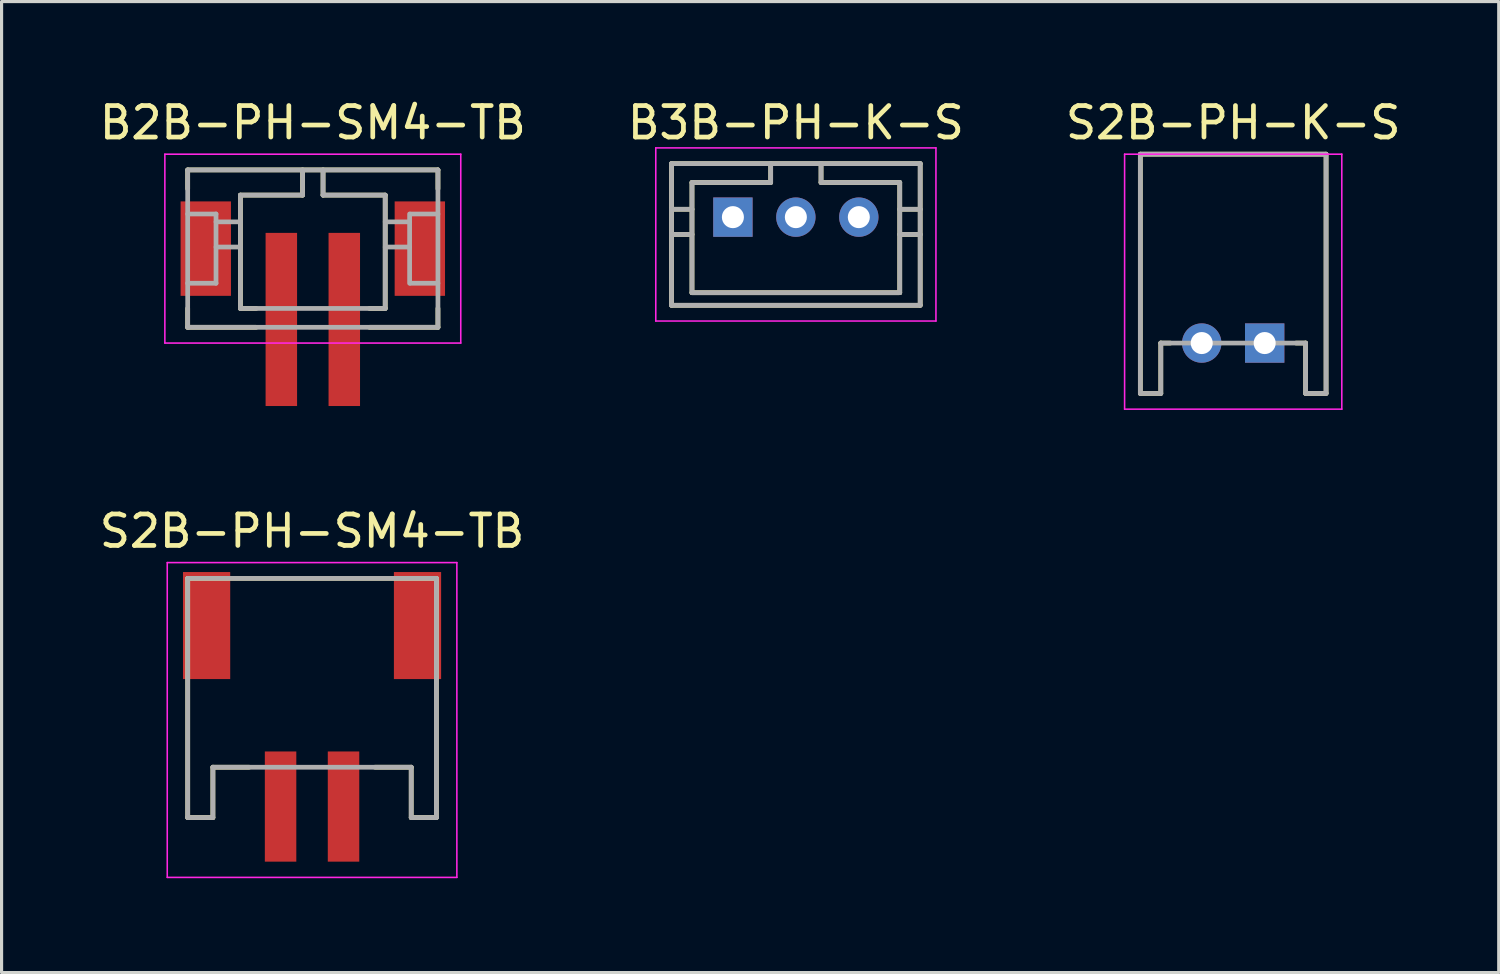
<source format=kicad_pcb>
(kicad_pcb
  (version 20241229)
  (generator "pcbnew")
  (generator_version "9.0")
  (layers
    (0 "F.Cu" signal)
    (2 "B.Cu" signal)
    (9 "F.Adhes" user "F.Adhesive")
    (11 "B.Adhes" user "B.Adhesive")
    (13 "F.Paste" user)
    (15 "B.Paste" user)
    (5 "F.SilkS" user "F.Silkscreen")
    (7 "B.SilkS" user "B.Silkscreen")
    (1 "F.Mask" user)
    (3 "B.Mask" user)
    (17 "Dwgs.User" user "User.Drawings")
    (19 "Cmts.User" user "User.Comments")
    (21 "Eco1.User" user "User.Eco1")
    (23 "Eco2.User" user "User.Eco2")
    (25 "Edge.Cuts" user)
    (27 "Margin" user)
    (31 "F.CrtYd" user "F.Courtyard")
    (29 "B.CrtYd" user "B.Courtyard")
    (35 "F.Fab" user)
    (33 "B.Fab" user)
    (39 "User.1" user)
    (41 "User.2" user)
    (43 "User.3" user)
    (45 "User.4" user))
  (footprint "B3B-PH-K-S"
    (layer "F.Cu")
    (at 22.232 3.848)
    (property "Reference" "B3B-PH-K-S" (at 0 -3 0) (layer "F.SilkS") (effects (font (size 1 1) (thickness 0.15))))
    (attr smd)
    (fp_line (start -3.95 -1.7) (end -3.95 2.8) (stroke (width 0.15) (type solid)) (layer "F.SilkS"))
    (fp_line (start -3.95 -1.7) (end 3.95 -1.7) (stroke (width 0.15) (type solid)) (layer "F.SilkS"))
    (fp_line (start -3.95 -0.25) (end -3.3 -0.25) (stroke (width 0.15) (type solid)) (layer "F.SilkS"))
    (fp_line (start -3.95 0.55) (end -3.3 0.55) (stroke (width 0.15) (type solid)) (layer "F.SilkS"))
    (fp_line (start -3.95 2.8) (end 3.95 2.8) (stroke (width 0.15) (type solid)) (layer "F.SilkS"))
    (fp_line (start -3.3 -1.1) (end -3.3 2.4) (stroke (width 0.15) (type solid)) (layer "F.SilkS"))
    (fp_line (start -3.3 -1.1) (end -0.8 -1.1) (stroke (width 0.15) (type solid)) (layer "F.SilkS"))
    (fp_line (start -3.3 2.4) (end 3.3 2.4) (stroke (width 0.15) (type solid)) (layer "F.SilkS"))
    (fp_line (start -0.8 -1.7) (end -0.8 -1.1) (stroke (width 0.15) (type solid)) (layer "F.SilkS"))
    (fp_line (start 0.8 -1.7) (end 0.8 -1.1) (stroke (width 0.15) (type solid)) (layer "F.SilkS"))
    (fp_line (start 0.8 -1.1) (end 3.3 -1.1) (stroke (width 0.15) (type solid)) (layer "F.SilkS"))
    (fp_line (start 3.3 -1.1) (end 3.3 2.4) (stroke (width 0.15) (type solid)) (layer "F.SilkS"))
    (fp_line (start 3.3 -0.25) (end 3.95 -0.25) (stroke (width 0.15) (type solid)) (layer "F.SilkS"))
    (fp_line (start 3.3 0.55) (end 3.95 0.55) (stroke (width 0.15) (type solid)) (layer "F.SilkS"))
    (fp_line (start 3.95 -1.7) (end 3.95 2.8) (stroke (width 0.15) (type solid)) (layer "F.SilkS"))
    (fp_line (start -4.45 -2.2) (end -4.45 3.3) (stroke (width 0.05) (type solid)) (layer "F.CrtYd"))
    (fp_line (start -4.45 -2.2) (end 4.45 -2.2) (stroke (width 0.05) (type solid)) (layer "F.CrtYd"))
    (fp_line (start -4.45 3.3) (end 4.45 3.3) (stroke (width 0.05) (type solid)) (layer "F.CrtYd"))
    (fp_line (start 4.45 -2.2) (end 4.45 3.3) (stroke (width 0.05) (type solid)) (layer "F.CrtYd"))
    (fp_line (start -3.95 -1.7) (end -3.95 2.8) (stroke (width 0.15) (type solid)) (layer "F.Fab"))
    (fp_line (start -3.95 -1.7) (end 3.95 -1.7) (stroke (width 0.15) (type solid)) (layer "F.Fab"))
    (fp_line (start -3.95 -0.25) (end -3.3 -0.25) (stroke (width 0.15) (type solid)) (layer "F.Fab"))
    (fp_line (start -3.95 0.55) (end -3.3 0.55) (stroke (width 0.15) (type solid)) (layer "F.Fab"))
    (fp_line (start -3.95 2.8) (end 3.95 2.8) (stroke (width 0.15) (type solid)) (layer "F.Fab"))
    (fp_line (start -3.3 -1.1) (end -3.3 2.4) (stroke (width 0.15) (type solid)) (layer "F.Fab"))
    (fp_line (start -3.3 -1.1) (end -0.8 -1.1) (stroke (width 0.15) (type solid)) (layer "F.Fab"))
    (fp_line (start -3.3 2.4) (end 3.3 2.4) (stroke (width 0.15) (type solid)) (layer "F.Fab"))
    (fp_line (start -0.8 -1.7) (end -0.8 -1.1) (stroke (width 0.15) (type solid)) (layer "F.Fab"))
    (fp_line (start 0.8 -1.7) (end 0.8 -1.1) (stroke (width 0.15) (type solid)) (layer "F.Fab"))
    (fp_line (start 0.8 -1.1) (end 3.3 -1.1) (stroke (width 0.15) (type solid)) (layer "F.Fab"))
    (fp_line (start 3.3 -1.1) (end 3.3 2.4) (stroke (width 0.15) (type solid)) (layer "F.Fab"))
    (fp_line (start 3.3 -0.25) (end 3.95 -0.25) (stroke (width 0.15) (type solid)) (layer "F.Fab"))
    (fp_line (start 3.3 0.55) (end 3.95 0.55) (stroke (width 0.15) (type solid)) (layer "F.Fab"))
    (fp_line (start 3.95 -1.7) (end 3.95 2.8) (stroke (width 0.15) (type solid)) (layer "F.Fab"))
    (pad "1" thru_hole rect (at -2 0) (size 1.25 1.25) (drill 0.7) (layers "*.Cu" "*.Mask"))
    (pad "2" thru_hole circle (at 0 0) (size 1.25 1.25) (drill 0.7) (layers "*.Cu" "*.Mask"))
    (pad "3" thru_hole circle (at 2 0) (size 1.25 1.25) (drill 0.7) (layers "*.Cu" "*.Mask")))
  (footprint "S2B-PH-K-S"
    (layer "F.Cu")
    (at 36.125 7.848)
    (property "Reference" "S2B-PH-K-S" (at 0 -7 0) (layer "F.SilkS") (effects (font (size 1 1) (thickness 0.15))))
    (attr smd)
    (fp_line (start -2.95 -6) (end -2.95 1.6) (stroke (width 0.15) (type solid)) (layer "F.SilkS"))
    (fp_line (start -2.95 -6) (end 2.95 -6) (stroke (width 0.15) (type solid)) (layer "F.SilkS"))
    (fp_line (start -2.95 1.6) (end -2.3 1.6) (stroke (width 0.15) (type solid)) (layer "F.SilkS"))
    (fp_line (start -2.3 0) (end -2.3 1.6) (stroke (width 0.15) (type solid)) (layer "F.SilkS"))
    (fp_line (start -2.3 0) (end -2 0) (stroke (width 0.15) (type solid)) (layer "F.SilkS"))
    (fp_line (start 2 0) (end 2.3 0) (stroke (width 0.15) (type solid)) (layer "F.SilkS"))
    (fp_line (start 2.3 0) (end 2.3 1.6) (stroke (width 0.15) (type solid)) (layer "F.SilkS"))
    (fp_line (start 2.3 1.6) (end 2.95 1.6) (stroke (width 0.15) (type solid)) (layer "F.SilkS"))
    (fp_line (start 2.95 -6) (end 2.95 1.6) (stroke (width 0.15) (type solid)) (layer "F.SilkS"))
    (fp_line (start -3.45 -6) (end -3.45 2.1) (stroke (width 0.05) (type solid)) (layer "F.CrtYd"))
    (fp_line (start -3.45 -6) (end 3.45 -6) (stroke (width 0.05) (type solid)) (layer "F.CrtYd"))
    (fp_line (start -3.45 2.1) (end 3.45 2.1) (stroke (width 0.05) (type solid)) (layer "F.CrtYd"))
    (fp_line (start 3.45 -6) (end 3.45 2.1) (stroke (width 0.05) (type solid)) (layer "F.CrtYd"))
    (fp_line (start -2.95 -6) (end -2.95 1.6) (stroke (width 0.15) (type solid)) (layer "F.Fab"))
    (fp_line (start -2.95 -6) (end 2.95 -6) (stroke (width 0.15) (type solid)) (layer "F.Fab"))
    (fp_line (start -2.95 1.6) (end -2.3 1.6) (stroke (width 0.15) (type solid)) (layer "F.Fab"))
    (fp_line (start -2.3 0) (end -2.3 1.6) (stroke (width 0.15) (type solid)) (layer "F.Fab"))
    (fp_line (start -2.3 0) (end 2.3 0) (stroke (width 0.15) (type solid)) (layer "F.Fab"))
    (fp_line (start 2.3 0) (end 2.3 1.6) (stroke (width 0.15) (type solid)) (layer "F.Fab"))
    (fp_line (start 2.3 1.6) (end 2.95 1.6) (stroke (width 0.15) (type solid)) (layer "F.Fab"))
    (fp_line (start 2.95 -6) (end 2.95 1.6) (stroke (width 0.15) (type solid)) (layer "F.Fab"))
    (pad "1" thru_hole rect (at 1 0 180) (size 1.25 1.25) (drill 0.7) (layers "*.Cu" "*.Mask"))
    (pad "2" thru_hole circle (at -1 0 180) (size 1.25 1.25) (drill 0.7) (layers "*.Cu" "*.Mask")))
  (footprint "S2B-PH-SM4-TB"
    (layer "F.Cu")
    (at 6.863 20.822)
    (property "Reference" "S2B-PH-SM4-TB" (at 0 -7 0) (layer "F.SilkS") (effects (font (size 1 1) (thickness 0.15))))
    (attr smd)
    (fp_line (start -3.95 -5.5) (end -3.95 2.1) (stroke (width 0.15) (type solid)) (layer "F.SilkS"))
    (fp_line (start -3.95 -5.5) (end 3.95 -5.5) (stroke (width 0.15) (type solid)) (layer "F.SilkS"))
    (fp_line (start -3.95 2.1) (end -3.15 2.1) (stroke (width 0.15) (type solid)) (layer "F.SilkS"))
    (fp_line (start -3.15 0.5) (end -3.15 2.1) (stroke (width 0.15) (type solid)) (layer "F.SilkS"))
    (fp_line (start -3.15 0.5) (end -2 0.5) (stroke (width 0.15) (type solid)) (layer "F.SilkS"))
    (fp_line (start 2 0.5) (end 3.15 0.5) (stroke (width 0.15) (type solid)) (layer "F.SilkS"))
    (fp_line (start 3.15 0.5) (end 3.15 2.1) (stroke (width 0.15) (type solid)) (layer "F.SilkS"))
    (fp_line (start 3.15 2.1) (end 3.95 2.1) (stroke (width 0.15) (type solid)) (layer "F.SilkS"))
    (fp_line (start 3.95 -5.5) (end 3.95 2.1) (stroke (width 0.15) (type solid)) (layer "F.SilkS"))
    (fp_line (start -4.6 -6) (end -4.6 4) (stroke (width 0.05) (type solid)) (layer "F.CrtYd"))
    (fp_line (start -4.6 -6) (end 4.6 -6) (stroke (width 0.05) (type solid)) (layer "F.CrtYd"))
    (fp_line (start -4.6 4) (end 4.6 4) (stroke (width 0.05) (type solid)) (layer "F.CrtYd"))
    (fp_line (start 4.6 -6) (end 4.6 4) (stroke (width 0.05) (type solid)) (layer "F.CrtYd"))
    (fp_line (start -3.95 -5.5) (end -3.95 2.1) (stroke (width 0.15) (type solid)) (layer "F.Fab"))
    (fp_line (start -3.95 -5.5) (end 3.95 -5.5) (stroke (width 0.15) (type solid)) (layer "F.Fab"))
    (fp_line (start -3.95 2.1) (end -3.15 2.1) (stroke (width 0.15) (type solid)) (layer "F.Fab"))
    (fp_line (start -3.15 0.5) (end -3.15 2.1) (stroke (width 0.15) (type solid)) (layer "F.Fab"))
    (fp_line (start -3.15 0.5) (end 3.15 0.5) (stroke (width 0.15) (type solid)) (layer "F.Fab"))
    (fp_line (start 3.15 0.5) (end 3.15 2.1) (stroke (width 0.15) (type solid)) (layer "F.Fab"))
    (fp_line (start 3.15 2.1) (end 3.95 2.1) (stroke (width 0.15) (type solid)) (layer "F.Fab"))
    (fp_line (start 3.95 -5.5) (end 3.95 2.1) (stroke (width 0.15) (type solid)) (layer "F.Fab"))
    (pad "1" smd rect (at 1 1.75 180) (size 1 3.5) (layers "F.Cu" "F.Mask" "F.Paste"))
    (pad "2" smd rect (at -1 1.75 180) (size 1 3.5) (layers "F.Cu" "F.Mask" "F.Paste"))
    (pad "S" smd rect (at -3.35 -4 180) (size 1.5 3.4) (layers "F.Cu" "F.Mask" "F.Paste"))
    (pad "S" smd rect (at 3.35 -4 180) (size 1.5 3.4) (layers "F.Cu" "F.Mask" "F.Paste")))
  (footprint "B2B-PH-SM4-TB"
    (layer "F.Cu")
    (at 6.887 4.348)
    (property "Reference" "B2B-PH-SM4-TB" (at 0 -3.5 0) (layer "F.SilkS") (effects (font (size 1 1) (thickness 0.15))))
    (attr smd)
    (fp_line (start -3.975 -2) (end -3.975 -1.4) (stroke (width 0.15) (type solid)) (layer "F.SilkS"))
    (fp_line (start -3.975 -2) (end 3.975 -2) (stroke (width 0.15) (type solid)) (layer "F.SilkS"))
    (fp_line (start -3.975 2.4) (end -3.975 3) (stroke (width 0.15) (type solid)) (layer "F.SilkS"))
    (fp_line (start -3.975 3) (end -1.8 3) (stroke (width 0.15) (type solid)) (layer "F.SilkS"))
    (fp_line (start -2.3 -1.2) (end -2.3 2.4) (stroke (width 0.15) (type solid)) (layer "F.SilkS"))
    (fp_line (start -2.3 -1.2) (end -0.325 -1.2) (stroke (width 0.15) (type solid)) (layer "F.SilkS"))
    (fp_line (start -2.3 2.4) (end -1.8 2.4) (stroke (width 0.15) (type solid)) (layer "F.SilkS"))
    (fp_line (start -0.325 -2) (end -0.325 -1.2) (stroke (width 0.15) (type solid)) (layer "F.SilkS"))
    (fp_line (start 0.325 -2) (end 0.325 -1.2) (stroke (width 0.15) (type solid)) (layer "F.SilkS"))
    (fp_line (start 0.325 -1.2) (end 2.3 -1.2) (stroke (width 0.15) (type solid)) (layer "F.SilkS"))
    (fp_line (start 1.8 2.4) (end 2.3 2.4) (stroke (width 0.15) (type solid)) (layer "F.SilkS"))
    (fp_line (start 1.8 3) (end 3.975 3) (stroke (width 0.15) (type solid)) (layer "F.SilkS"))
    (fp_line (start 2.3 -1.2) (end 2.3 2.4) (stroke (width 0.15) (type solid)) (layer "F.SilkS"))
    (fp_line (start 3.975 -2) (end 3.975 -1.4) (stroke (width 0.15) (type solid)) (layer "F.SilkS"))
    (fp_line (start 3.975 2.4) (end 3.975 3) (stroke (width 0.15) (type solid)) (layer "F.SilkS"))
    (fp_line (start -4.7 -2.5) (end -4.7 3.5) (stroke (width 0.05) (type solid)) (layer "F.CrtYd"))
    (fp_line (start -4.7 -2.5) (end 4.7 -2.5) (stroke (width 0.05) (type solid)) (layer "F.CrtYd"))
    (fp_line (start -4.7 3.5) (end 4.7 3.5) (stroke (width 0.05) (type solid)) (layer "F.CrtYd"))
    (fp_line (start 4.7 -2.5) (end 4.7 3.5) (stroke (width 0.05) (type solid)) (layer "F.CrtYd"))
    (fp_line (start -3.975 -2) (end -3.975 3) (stroke (width 0.15) (type solid)) (layer "F.Fab"))
    (fp_line (start -3.975 -2) (end 3.975 -2) (stroke (width 0.15) (type solid)) (layer "F.Fab"))
    (fp_line (start -3.975 -0.6) (end -3.075 -0.6) (stroke (width 0.15) (type solid)) (layer "F.Fab"))
    (fp_line (start -3.975 1.6) (end -3.075 1.6) (stroke (width 0.15) (type solid)) (layer "F.Fab"))
    (fp_line (start -3.975 3) (end 3.975 3) (stroke (width 0.15) (type solid)) (layer "F.Fab"))
    (fp_line (start -3.075 -0.6) (end -3.075 1.6) (stroke (width 0.15) (type solid)) (layer "F.Fab"))
    (fp_line (start -3.075 -0.35) (end -2.3 -0.35) (stroke (width 0.15) (type solid)) (layer "F.Fab"))
    (fp_line (start -3.075 0.45) (end -2.3 0.45) (stroke (width 0.15) (type solid)) (layer "F.Fab"))
    (fp_line (start -2.3 -1.2) (end -2.3 2.4) (stroke (width 0.15) (type solid)) (layer "F.Fab"))
    (fp_line (start -2.3 -1.2) (end -0.325 -1.2) (stroke (width 0.15) (type solid)) (layer "F.Fab"))
    (fp_line (start -2.3 2.4) (end 2.3 2.4) (stroke (width 0.15) (type solid)) (layer "F.Fab"))
    (fp_line (start -0.325 -2) (end -0.325 -1.2) (stroke (width 0.15) (type solid)) (layer "F.Fab"))
    (fp_line (start 0.325 -2) (end 0.325 -1.2) (stroke (width 0.15) (type solid)) (layer "F.Fab"))
    (fp_line (start 0.325 -1.2) (end 2.3 -1.2) (stroke (width 0.15) (type solid)) (layer "F.Fab"))
    (fp_line (start 2.3 -1.2) (end 2.3 2.4) (stroke (width 0.15) (type solid)) (layer "F.Fab"))
    (fp_line (start 2.3 -0.35) (end 3.075 -0.35) (stroke (width 0.15) (type solid)) (layer "F.Fab"))
    (fp_line (start 2.3 0.45) (end 3.075 0.45) (stroke (width 0.15) (type solid)) (layer "F.Fab"))
    (fp_line (start 3.075 -0.6) (end 3.075 1.6) (stroke (width 0.15) (type solid)) (layer "F.Fab"))
    (fp_line (start 3.1 -0.6) (end 3.975 -0.6) (stroke (width 0.15) (type solid)) (layer "F.Fab"))
    (fp_line (start 3.1 1.6) (end 3.975 1.6) (stroke (width 0.15) (type solid)) (layer "F.Fab"))
    (fp_line (start 3.975 -2) (end 3.975 3) (stroke (width 0.15) (type solid)) (layer "F.Fab"))
    (pad "1" smd rect (at -1 2.75) (size 1 5.5) (layers "F.Cu" "F.Mask" "F.Paste"))
    (pad "2" smd rect (at 1 2.75) (size 1 5.5) (layers "F.Cu" "F.Mask" "F.Paste"))
    (pad "S" smd rect (at -3.4 0.5) (size 1.6 3) (layers "F.Cu" "F.Mask" "F.Paste"))
    (pad "S" smd rect (at 3.4 0.5) (size 1.6 3) (layers "F.Cu" "F.Mask" "F.Paste")))
  (gr_rect
    (start -3 -3)
    (end 44.56 27.846)
    (stroke (width 0.1) (type default))
    (fill no)
    (layer "Edge.Cuts")))
</source>
